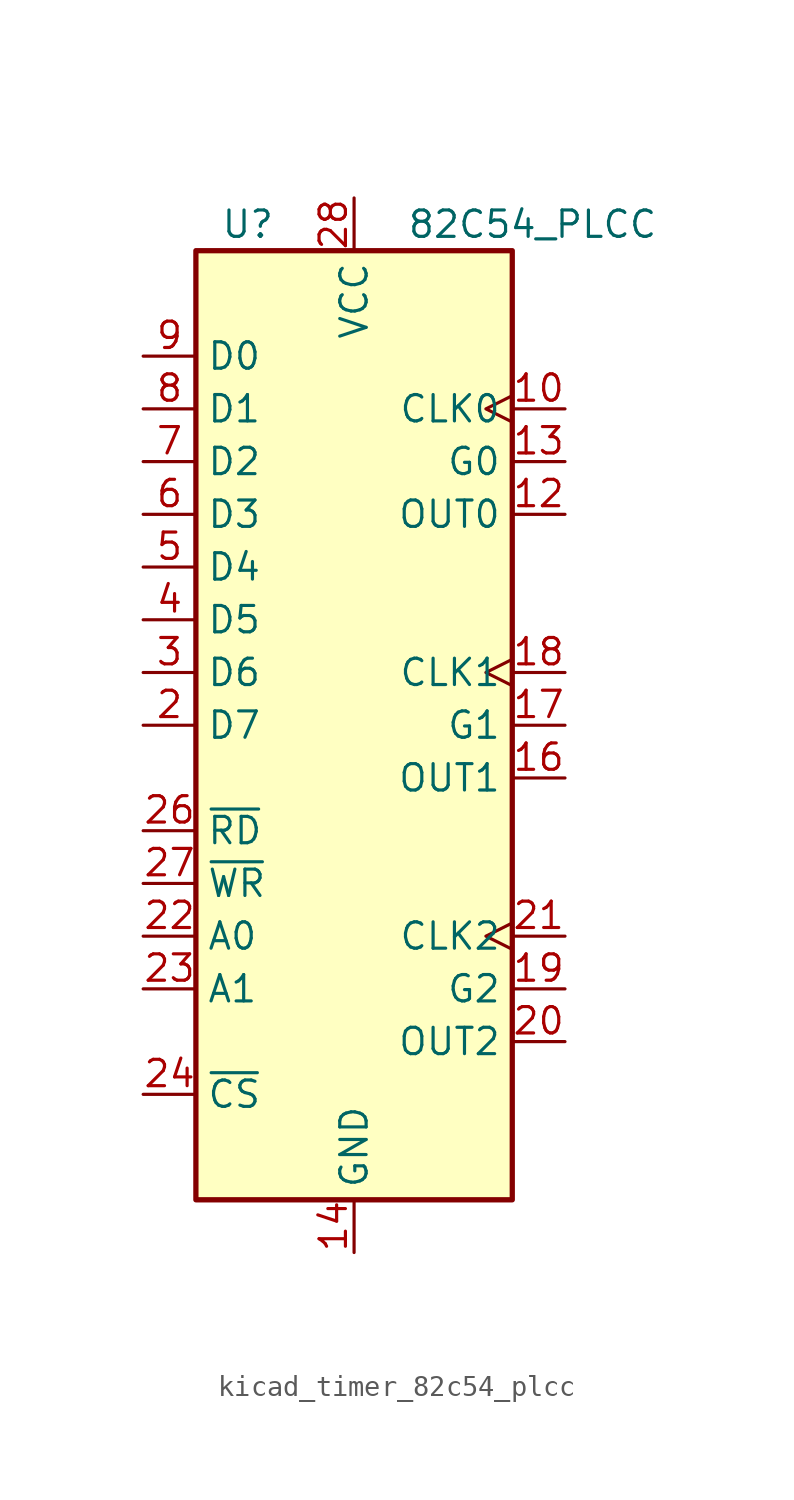
<source format=kicad_sym>
(kicad_symbol_lib
  (version 20220914)
  (generator kicad_symbol_editor)
  (symbol "kicad_timer_82c54_plcc"
    (property "Reference" "U"
      (at -3.81 24.13 0)
      (effects (font (size 1.27 1.27)) (justify right)))
    (property "Value" "82C54_PLCC"
      (at 2.54 24.13 0)
      (effects (font (size 1.27 1.27)) (justify left)))
    (symbol "kicad_timer_82c54_plcc_0_1"
      (rectangle (start -7.62 -22.86) (end 7.62 22.86) (stroke (width 0.254) (type default)) (fill (type background))))
    (symbol "kicad_timer_82c54_plcc_1_1"
      (pin no_connect line (at -5.08 -22.86 90) (length 2.54) hide (name "NC" (effects (font (size 1.27 1.27)))) (number "1" (effects (font (size 1.27 1.27)))))
      (pin input clock (at 10.16 15.24 180) (length 2.54) (name "CLK0" (effects (font (size 1.27 1.27)))) (number "10" (effects (font (size 1.27 1.27)))))
      (pin no_connect line (at -2.54 -22.86 90) (length 2.54) hide (name "NC" (effects (font (size 1.27 1.27)))) (number "11" (effects (font (size 1.27 1.27)))))
      (pin output line (at 10.16 10.16 180) (length 2.54) (name "OUT0" (effects (font (size 1.27 1.27)))) (number "12" (effects (font (size 1.27 1.27)))))
      (pin input line (at 10.16 12.7 180) (length 2.54) (name "G0" (effects (font (size 1.27 1.27)))) (number "13" (effects (font (size 1.27 1.27)))))
      (pin power_in line (at 0 -25.4 90) (length 2.54) (name "GND" (effects (font (size 1.27 1.27)))) (number "14" (effects (font (size 1.27 1.27)))))
      (pin no_connect line (at 2.54 -22.86 90) (length 2.54) hide (name "NC" (effects (font (size 1.27 1.27)))) (number "15" (effects (font (size 1.27 1.27)))))
      (pin output line (at 10.16 -2.54 180) (length 2.54) (name "OUT1" (effects (font (size 1.27 1.27)))) (number "16" (effects (font (size 1.27 1.27)))))
      (pin input line (at 10.16 0 180) (length 2.54) (name "G1" (effects (font (size 1.27 1.27)))) (number "17" (effects (font (size 1.27 1.27)))))
      (pin input clock (at 10.16 2.54 180) (length 2.54) (name "CLK1" (effects (font (size 1.27 1.27)))) (number "18" (effects (font (size 1.27 1.27)))))
      (pin input line (at 10.16 -12.7 180) (length 2.54) (name "G2" (effects (font (size 1.27 1.27)))) (number "19" (effects (font (size 1.27 1.27)))))
      (pin bidirectional line (at -10.16 0 0) (length 2.54) (name "D7" (effects (font (size 1.27 1.27)))) (number "2" (effects (font (size 1.27 1.27)))))
      (pin output line (at 10.16 -15.24 180) (length 2.54) (name "OUT2" (effects (font (size 1.27 1.27)))) (number "20" (effects (font (size 1.27 1.27)))))
      (pin input clock (at 10.16 -10.16 180) (length 2.54) (name "CLK2" (effects (font (size 1.27 1.27)))) (number "21" (effects (font (size 1.27 1.27)))))
      (pin input line (at -10.16 -10.16 0) (length 2.54) (name "A0" (effects (font (size 1.27 1.27)))) (number "22" (effects (font (size 1.27 1.27)))))
      (pin input line (at -10.16 -12.7 0) (length 2.54) (name "A1" (effects (font (size 1.27 1.27)))) (number "23" (effects (font (size 1.27 1.27)))))
      (pin input line (at -10.16 -17.78 0) (length 2.54) (name "~{CS}" (effects (font (size 1.27 1.27)))) (number "24" (effects (font (size 1.27 1.27)))))
      (pin no_connect line (at 5.08 -22.86 90) (length 2.54) hide (name "NC" (effects (font (size 1.27 1.27)))) (number "25" (effects (font (size 1.27 1.27)))))
      (pin input line (at -10.16 -5.08 0) (length 2.54) (name "~{RD}" (effects (font (size 1.27 1.27)))) (number "26" (effects (font (size 1.27 1.27)))))
      (pin input line (at -10.16 -7.62 0) (length 2.54) (name "~{WR}" (effects (font (size 1.27 1.27)))) (number "27" (effects (font (size 1.27 1.27)))))
      (pin power_in line (at 0 25.4 270) (length 2.54) (name "VCC" (effects (font (size 1.27 1.27)))) (number "28" (effects (font (size 1.27 1.27)))))
      (pin bidirectional line (at -10.16 2.54 0) (length 2.54) (name "D6" (effects (font (size 1.27 1.27)))) (number "3" (effects (font (size 1.27 1.27)))))
      (pin bidirectional line (at -10.16 5.08 0) (length 2.54) (name "D5" (effects (font (size 1.27 1.27)))) (number "4" (effects (font (size 1.27 1.27)))))
      (pin bidirectional line (at -10.16 7.62 0) (length 2.54) (name "D4" (effects (font (size 1.27 1.27)))) (number "5" (effects (font (size 1.27 1.27)))))
      (pin bidirectional line (at -10.16 10.16 0) (length 2.54) (name "D3" (effects (font (size 1.27 1.27)))) (number "6" (effects (font (size 1.27 1.27)))))
      (pin bidirectional line (at -10.16 12.7 0) (length 2.54) (name "D2" (effects (font (size 1.27 1.27)))) (number "7" (effects (font (size 1.27 1.27)))))
      (pin bidirectional line (at -10.16 15.24 0) (length 2.54) (name "D1" (effects (font (size 1.27 1.27)))) (number "8" (effects (font (size 1.27 1.27)))))
      (pin bidirectional line (at -10.16 17.78 0) (length 2.54) (name "D0" (effects (font (size 1.27 1.27)))) (number "9" (effects (font (size 1.27 1.27))))))))
</source>
